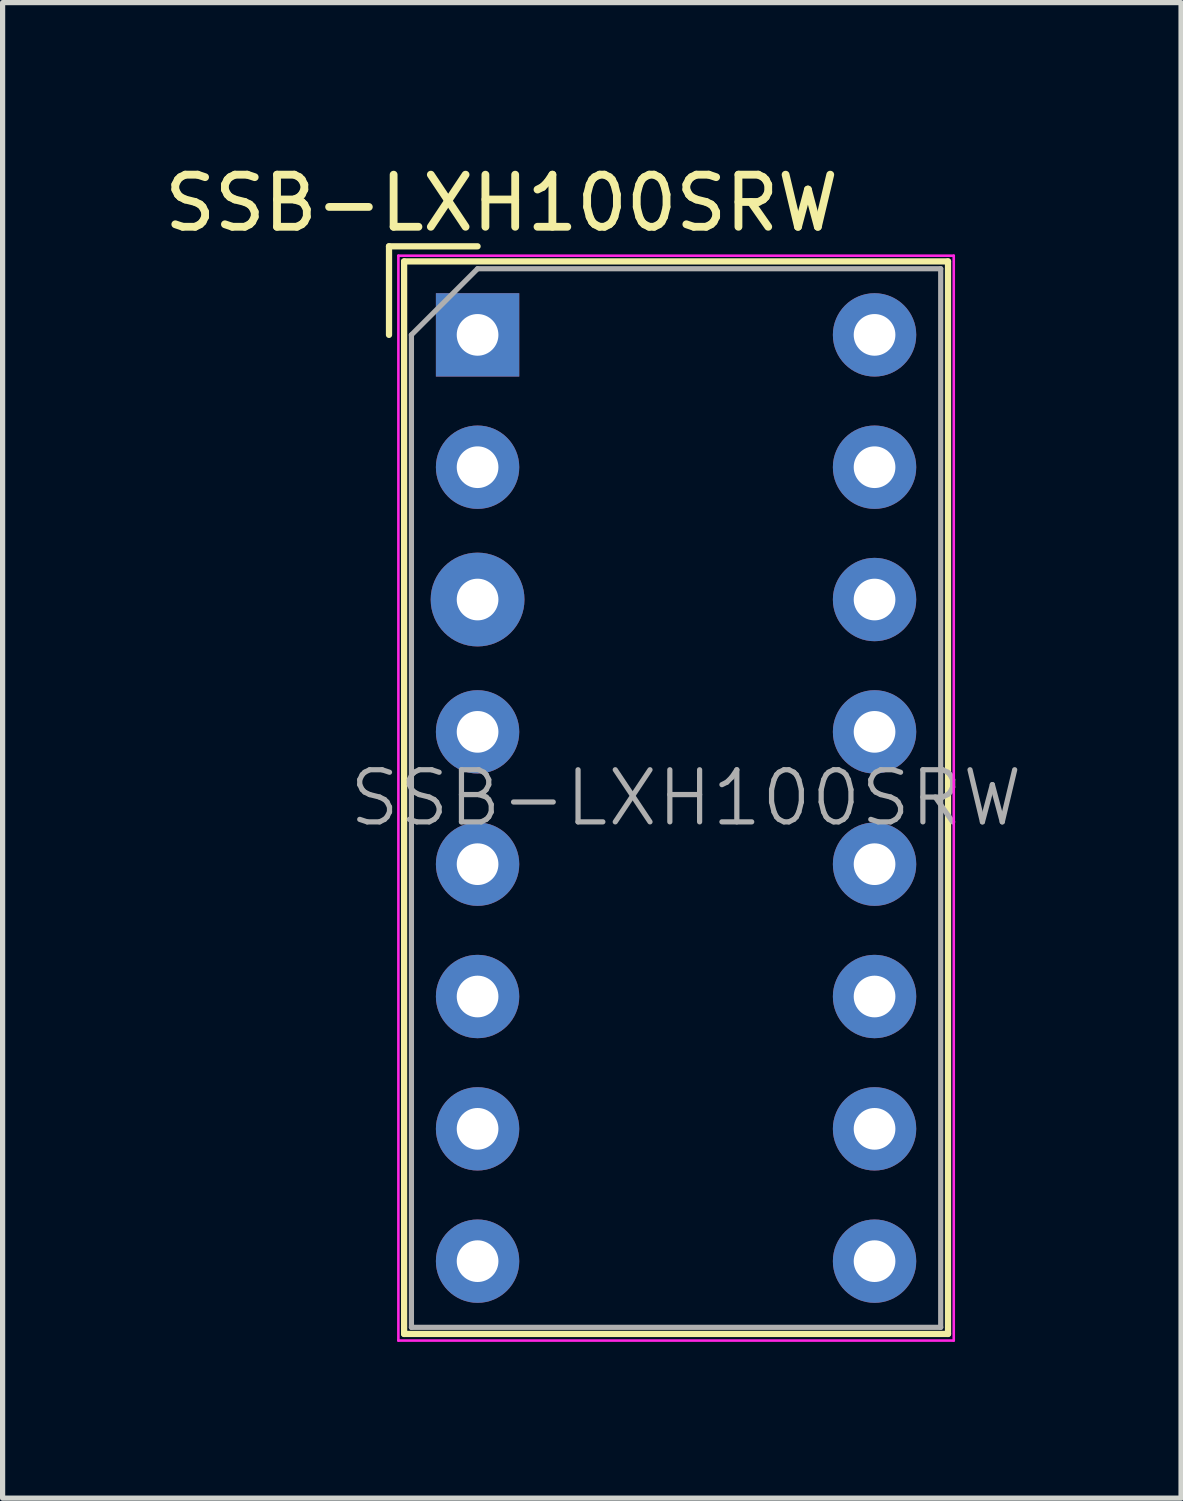
<source format=kicad_pcb>
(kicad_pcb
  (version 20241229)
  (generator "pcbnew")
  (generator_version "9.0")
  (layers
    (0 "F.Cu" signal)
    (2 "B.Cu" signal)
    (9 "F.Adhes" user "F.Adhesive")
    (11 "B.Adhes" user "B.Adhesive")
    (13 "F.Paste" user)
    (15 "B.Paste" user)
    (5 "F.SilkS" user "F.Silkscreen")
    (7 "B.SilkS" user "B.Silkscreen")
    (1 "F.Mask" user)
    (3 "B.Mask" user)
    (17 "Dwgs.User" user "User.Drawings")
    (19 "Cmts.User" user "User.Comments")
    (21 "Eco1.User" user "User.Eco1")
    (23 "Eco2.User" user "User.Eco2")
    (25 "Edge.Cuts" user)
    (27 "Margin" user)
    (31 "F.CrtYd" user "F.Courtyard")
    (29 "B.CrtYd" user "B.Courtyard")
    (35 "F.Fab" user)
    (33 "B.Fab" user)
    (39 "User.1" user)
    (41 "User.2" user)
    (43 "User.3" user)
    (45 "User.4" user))
  (footprint "SSB-LXH100SRW"
    (layer "F.Cu")
    (at 6.117 3.378)
    (property "Reference" "SSB-LXH100SRW" (at 0.46 -2.53 0) (layer "F.SilkS") (effects (font (size 1 1) (thickness 0.15))))
    (attr through_hole)
    (fp_line (start -1.7 -1.7) (end -1.7 0) (stroke (width 0.12) (type solid)) (layer "F.SilkS"))
    (fp_line (start -1.41 -1.41) (end 9.03 -1.41) (stroke (width 0.12) (type solid)) (layer "F.SilkS"))
    (fp_line (start -1.41 19.177) (end -1.41 -1.41) (stroke (width 0.12) (type solid)) (layer "F.SilkS"))
    (fp_line (start 0 -1.7) (end -1.7 -1.7) (stroke (width 0.12) (type solid)) (layer "F.SilkS"))
    (fp_line (start 9.03 -1.41) (end 9.03 19.177) (stroke (width 0.12) (type solid)) (layer "F.SilkS"))
    (fp_line (start 9.03 19.177) (end -1.41 19.177) (stroke (width 0.12) (type solid)) (layer "F.SilkS"))
    (fp_line (start -1.52 -1.52) (end -1.52 19.304) (stroke (width 0.05) (type solid)) (layer "F.CrtYd"))
    (fp_line (start -1.52 -1.52) (end 9.14 -1.52) (stroke (width 0.05) (type solid)) (layer "F.CrtYd"))
    (fp_line (start -1.52 19.304) (end 9.14 19.304) (stroke (width 0.05) (type solid)) (layer "F.CrtYd"))
    (fp_line (start 9.14 19.304) (end 9.14 -1.52) (stroke (width 0.05) (type solid)) (layer "F.CrtYd"))
    (fp_line (start -1.27 0) (end -1.27 19.05) (stroke (width 0.1) (type solid)) (layer "F.Fab"))
    (fp_line (start -1.27 19.05) (end 8.89 19.05) (stroke (width 0.1) (type solid)) (layer "F.Fab"))
    (fp_line (start 0 -1.27) (end -1.27 0) (stroke (width 0.1) (type solid)) (layer "F.Fab"))
    (fp_line (start 0 -1.27) (end 8.89 -1.27) (stroke (width 0.1) (type solid)) (layer "F.Fab"))
    (fp_line (start 8.89 -1.27) (end 8.89 19.05) (stroke (width 0.1) (type solid)) (layer "F.Fab"))
    (fp_text user "${REFERENCE}" (at 4 8.89 0) (layer "F.Fab") (effects (font (size 1 1) (thickness 0.1))))
    (pad "1" thru_hole rect (at 0 0 270) (size 1.6 1.6) (drill 0.8) (layers "*.Cu" "*.Mask"))
    (pad "2" thru_hole circle (at 0 2.54 270) (size 1.6 1.6) (drill 0.8) (layers "*.Cu" "*.Mask"))
    (pad "3" thru_hole circle (at 0 5.08 270) (size 1.8 1.8) (drill 0.8) (layers "*.Cu" "*.Mask"))
    (pad "4" thru_hole circle (at 0 7.62 270) (size 1.6 1.6) (drill 0.8) (layers "*.Cu" "*.Mask"))
    (pad "5" thru_hole circle (at 0 10.16 270) (size 1.6 1.6) (drill 0.8) (layers "*.Cu" "*.Mask"))
    (pad "6" thru_hole circle (at 0 12.7 270) (size 1.6 1.6) (drill 0.8) (layers "*.Cu" "*.Mask"))
    (pad "7" thru_hole circle (at 0 15.24 270) (size 1.6 1.6) (drill 0.8) (layers "*.Cu" "*.Mask"))
    (pad "8" thru_hole circle (at 0 17.78 270) (size 1.6 1.6) (drill 0.8) (layers "*.Cu" "*.Mask"))
    (pad "9" thru_hole circle (at 7.62 17.78 270) (size 1.6 1.6) (drill 0.8) (layers "*.Cu" "*.Mask"))
    (pad "10" thru_hole circle (at 7.62 15.24 270) (size 1.6 1.6) (drill 0.8) (layers "*.Cu" "*.Mask"))
    (pad "11" thru_hole circle (at 7.62 12.7 270) (size 1.6 1.6) (drill 0.8) (layers "*.Cu" "*.Mask"))
    (pad "12" thru_hole circle (at 7.62 10.16 270) (size 1.6 1.6) (drill 0.8) (layers "*.Cu" "*.Mask"))
    (pad "13" thru_hole circle (at 7.62 7.62 270) (size 1.6 1.6) (drill 0.8) (layers "*.Cu" "*.Mask"))
    (pad "14" thru_hole circle (at 7.62 5.08 270) (size 1.6 1.6) (drill 0.8) (layers "*.Cu" "*.Mask"))
    (pad "15" thru_hole circle (at 7.62 2.54 270) (size 1.6 1.6) (drill 0.8) (layers "*.Cu" "*.Mask"))
    (pad "16" thru_hole circle (at 7.62 0 270) (size 1.6 1.6) (drill 0.8) (layers "*.Cu" "*.Mask")))
  (gr_rect
    (start -3 -3)
    (end 19.62 25.707)
    (stroke (width 0.1) (type default))
    (fill no)
    (layer "Edge.Cuts")))
</source>
